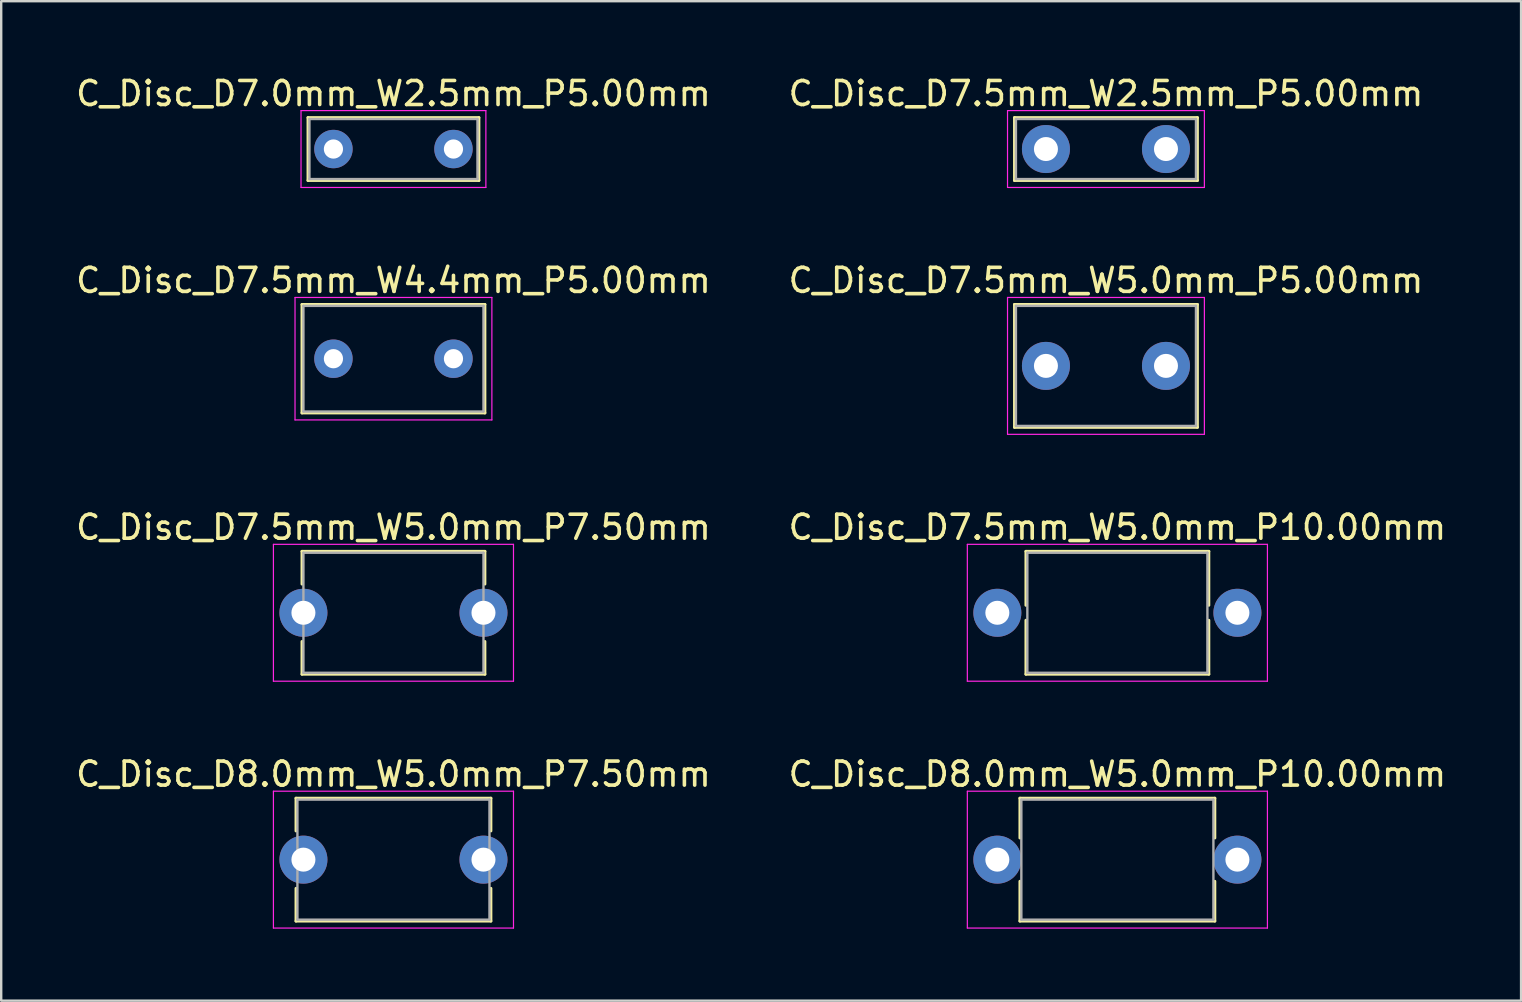
<source format=kicad_pcb>
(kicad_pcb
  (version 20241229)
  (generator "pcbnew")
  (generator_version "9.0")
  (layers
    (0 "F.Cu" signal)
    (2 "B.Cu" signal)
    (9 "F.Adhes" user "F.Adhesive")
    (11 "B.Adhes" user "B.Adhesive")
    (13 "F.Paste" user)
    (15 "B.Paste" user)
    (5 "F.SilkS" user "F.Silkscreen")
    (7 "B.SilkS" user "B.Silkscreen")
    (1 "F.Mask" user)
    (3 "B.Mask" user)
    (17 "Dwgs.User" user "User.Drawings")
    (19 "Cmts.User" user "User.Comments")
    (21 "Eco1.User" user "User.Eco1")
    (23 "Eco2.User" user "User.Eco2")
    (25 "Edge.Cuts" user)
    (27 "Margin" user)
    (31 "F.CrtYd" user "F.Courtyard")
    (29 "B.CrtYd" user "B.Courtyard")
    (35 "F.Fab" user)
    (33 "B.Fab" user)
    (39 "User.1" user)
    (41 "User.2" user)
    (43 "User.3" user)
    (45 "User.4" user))
  (footprint "C_Disc_D7.5mm_W2.5mm_P5.00mm"
    (layer "F.Cu")
    (at 40.518 3.158)
    (property "Reference" "C_Disc_D7.5mm_W2.5mm_P5.00mm" (at 2.5 -2.31 0) (layer "F.SilkS") (effects (font (size 1 1) (thickness 0.15))))
    (attr through_hole)
    (fp_line (start -1.31 -1.31) (end -1.31 1.31) (stroke (width 0.12) (type solid)) (layer "F.SilkS"))
    (fp_line (start -1.31 -1.31) (end 6.31 -1.31) (stroke (width 0.12) (type solid)) (layer "F.SilkS"))
    (fp_line (start -1.31 1.31) (end 6.31 1.31) (stroke (width 0.12) (type solid)) (layer "F.SilkS"))
    (fp_line (start 6.31 -1.31) (end 6.31 1.31) (stroke (width 0.12) (type solid)) (layer "F.SilkS"))
    (fp_line (start -1.6 -1.6) (end -1.6 1.6) (stroke (width 0.05) (type solid)) (layer "F.CrtYd"))
    (fp_line (start -1.6 1.6) (end 6.6 1.6) (stroke (width 0.05) (type solid)) (layer "F.CrtYd"))
    (fp_line (start 6.6 -1.6) (end -1.6 -1.6) (stroke (width 0.05) (type solid)) (layer "F.CrtYd"))
    (fp_line (start 6.6 1.6) (end 6.6 -1.6) (stroke (width 0.05) (type solid)) (layer "F.CrtYd"))
    (fp_line (start -1.25 -1.25) (end -1.25 1.25) (stroke (width 0.1) (type solid)) (layer "F.Fab"))
    (fp_line (start -1.25 1.25) (end 6.25 1.25) (stroke (width 0.1) (type solid)) (layer "F.Fab"))
    (fp_line (start 6.25 -1.25) (end -1.25 -1.25) (stroke (width 0.1) (type solid)) (layer "F.Fab"))
    (fp_line (start 6.25 1.25) (end 6.25 -1.25) (stroke (width 0.1) (type solid)) (layer "F.Fab"))
    (pad "1" thru_hole circle (at 0 0) (size 2 2) (drill 1) (layers "*.Cu" "*.Mask"))
    (pad "2" thru_hole circle (at 5 0) (size 2 2) (drill 1) (layers "*.Cu" "*.Mask")))
  (footprint "C_Disc_D7.5mm_W5.0mm_P7.50mm"
    (layer "F.Cu")
    (at 9.589 22.475)
    (property "Reference" "C_Disc_D7.5mm_W5.0mm_P7.50mm" (at 3.75 -3.56 0) (layer "F.SilkS") (effects (font (size 1 1) (thickness 0.15))))
    (attr through_hole)
    (fp_line (start -0.06 -2.56) (end -0.06 -1.195) (stroke (width 0.12) (type solid)) (layer "F.SilkS"))
    (fp_line (start -0.06 -2.56) (end 7.56 -2.56) (stroke (width 0.12) (type solid)) (layer "F.SilkS"))
    (fp_line (start -0.06 1.195) (end -0.06 2.56) (stroke (width 0.12) (type solid)) (layer "F.SilkS"))
    (fp_line (start -0.06 2.56) (end 7.56 2.56) (stroke (width 0.12) (type solid)) (layer "F.SilkS"))
    (fp_line (start 7.56 -2.56) (end 7.56 -1.195) (stroke (width 0.12) (type solid)) (layer "F.SilkS"))
    (fp_line (start 7.56 1.195) (end 7.56 2.56) (stroke (width 0.12) (type solid)) (layer "F.SilkS"))
    (fp_line (start -1.25 -2.85) (end -1.25 2.85) (stroke (width 0.05) (type solid)) (layer "F.CrtYd"))
    (fp_line (start -1.25 2.85) (end 8.75 2.85) (stroke (width 0.05) (type solid)) (layer "F.CrtYd"))
    (fp_line (start 8.75 -2.85) (end -1.25 -2.85) (stroke (width 0.05) (type solid)) (layer "F.CrtYd"))
    (fp_line (start 8.75 2.85) (end 8.75 -2.85) (stroke (width 0.05) (type solid)) (layer "F.CrtYd"))
    (fp_line (start 0 -2.5) (end 0 2.5) (stroke (width 0.1) (type solid)) (layer "F.Fab"))
    (fp_line (start 0 2.5) (end 7.5 2.5) (stroke (width 0.1) (type solid)) (layer "F.Fab"))
    (fp_line (start 7.5 -2.5) (end 0 -2.5) (stroke (width 0.1) (type solid)) (layer "F.Fab"))
    (fp_line (start 7.5 2.5) (end 7.5 -2.5) (stroke (width 0.1) (type solid)) (layer "F.Fab"))
    (pad "1" thru_hole circle (at 0 0) (size 2 2) (drill 1) (layers "*.Cu" "*.Mask"))
    (pad "2" thru_hole circle (at 7.5 0) (size 2 2) (drill 1) (layers "*.Cu" "*.Mask")))
  (footprint "C_Disc_D7.5mm_W5.0mm_P10.00mm"
    (layer "F.Cu")
    (at 38.494 22.475)
    (property "Reference" "C_Disc_D7.5mm_W5.0mm_P10.00mm" (at 5 -3.56 0) (layer "F.SilkS") (effects (font (size 1 1) (thickness 0.15))))
    (attr through_hole)
    (fp_line (start 1.19 -2.56) (end 1.19 -0.311) (stroke (width 0.12) (type solid)) (layer "F.SilkS"))
    (fp_line (start 1.19 -2.56) (end 8.81 -2.56) (stroke (width 0.12) (type solid)) (layer "F.SilkS"))
    (fp_line (start 1.19 0.311) (end 1.19 2.56) (stroke (width 0.12) (type solid)) (layer "F.SilkS"))
    (fp_line (start 1.19 2.56) (end 8.81 2.56) (stroke (width 0.12) (type solid)) (layer "F.SilkS"))
    (fp_line (start 8.81 -2.56) (end 8.81 -0.311) (stroke (width 0.12) (type solid)) (layer "F.SilkS"))
    (fp_line (start 8.81 0.311) (end 8.81 2.56) (stroke (width 0.12) (type solid)) (layer "F.SilkS"))
    (fp_line (start -1.25 -2.85) (end -1.25 2.85) (stroke (width 0.05) (type solid)) (layer "F.CrtYd"))
    (fp_line (start -1.25 2.85) (end 11.25 2.85) (stroke (width 0.05) (type solid)) (layer "F.CrtYd"))
    (fp_line (start 11.25 -2.85) (end -1.25 -2.85) (stroke (width 0.05) (type solid)) (layer "F.CrtYd"))
    (fp_line (start 11.25 2.85) (end 11.25 -2.85) (stroke (width 0.05) (type solid)) (layer "F.CrtYd"))
    (fp_line (start 1.25 -2.5) (end 1.25 2.5) (stroke (width 0.1) (type solid)) (layer "F.Fab"))
    (fp_line (start 1.25 2.5) (end 8.75 2.5) (stroke (width 0.1) (type solid)) (layer "F.Fab"))
    (fp_line (start 8.75 -2.5) (end 1.25 -2.5) (stroke (width 0.1) (type solid)) (layer "F.Fab"))
    (fp_line (start 8.75 2.5) (end 8.75 -2.5) (stroke (width 0.1) (type solid)) (layer "F.Fab"))
    (pad "1" thru_hole circle (at 0 0) (size 2 2) (drill 1) (layers "*.Cu" "*.Mask"))
    (pad "2" thru_hole circle (at 10 0) (size 2 2) (drill 1) (layers "*.Cu" "*.Mask")))
  (footprint "C_Disc_D7.5mm_W4.4mm_P5.00mm"
    (layer "F.Cu")
    (at 10.839 11.892)
    (property "Reference" "C_Disc_D7.5mm_W4.4mm_P5.00mm" (at 2.5 -3.26 0) (layer "F.SilkS") (effects (font (size 1 1) (thickness 0.15))))
    (attr through_hole)
    (fp_line (start -1.31 -2.26) (end -1.31 2.26) (stroke (width 0.12) (type solid)) (layer "F.SilkS"))
    (fp_line (start -1.31 -2.26) (end 6.31 -2.26) (stroke (width 0.12) (type solid)) (layer "F.SilkS"))
    (fp_line (start -1.31 2.26) (end 6.31 2.26) (stroke (width 0.12) (type solid)) (layer "F.SilkS"))
    (fp_line (start 6.31 -2.26) (end 6.31 2.26) (stroke (width 0.12) (type solid)) (layer "F.SilkS"))
    (fp_line (start -1.6 -2.55) (end -1.6 2.55) (stroke (width 0.05) (type solid)) (layer "F.CrtYd"))
    (fp_line (start -1.6 2.55) (end 6.6 2.55) (stroke (width 0.05) (type solid)) (layer "F.CrtYd"))
    (fp_line (start 6.6 -2.55) (end -1.6 -2.55) (stroke (width 0.05) (type solid)) (layer "F.CrtYd"))
    (fp_line (start 6.6 2.55) (end 6.6 -2.55) (stroke (width 0.05) (type solid)) (layer "F.CrtYd"))
    (fp_line (start -1.25 -2.2) (end -1.25 2.2) (stroke (width 0.1) (type solid)) (layer "F.Fab"))
    (fp_line (start -1.25 2.2) (end 6.25 2.2) (stroke (width 0.1) (type solid)) (layer "F.Fab"))
    (fp_line (start 6.25 -2.2) (end -1.25 -2.2) (stroke (width 0.1) (type solid)) (layer "F.Fab"))
    (fp_line (start 6.25 2.2) (end 6.25 -2.2) (stroke (width 0.1) (type solid)) (layer "F.Fab"))
    (pad "1" thru_hole circle (at 0 0) (size 1.6 1.6) (drill 0.8) (layers "*.Cu" "*.Mask"))
    (pad "2" thru_hole circle (at 5 0) (size 1.6 1.6) (drill 0.8) (layers "*.Cu" "*.Mask")))
  (footprint "C_Disc_D8.0mm_W5.0mm_P7.50mm"
    (layer "F.Cu")
    (at 9.589 32.758)
    (property "Reference" "C_Disc_D8.0mm_W5.0mm_P7.50mm" (at 3.75 -3.56 0) (layer "F.SilkS") (effects (font (size 1 1) (thickness 0.15))))
    (attr through_hole)
    (fp_line (start -0.31 -2.56) (end -0.31 -1.195) (stroke (width 0.12) (type solid)) (layer "F.SilkS"))
    (fp_line (start -0.31 -2.56) (end 7.81 -2.56) (stroke (width 0.12) (type solid)) (layer "F.SilkS"))
    (fp_line (start -0.31 1.195) (end -0.31 2.56) (stroke (width 0.12) (type solid)) (layer "F.SilkS"))
    (fp_line (start -0.31 2.56) (end 7.81 2.56) (stroke (width 0.12) (type solid)) (layer "F.SilkS"))
    (fp_line (start 7.81 -2.56) (end 7.81 -1.195) (stroke (width 0.12) (type solid)) (layer "F.SilkS"))
    (fp_line (start 7.81 1.195) (end 7.81 2.56) (stroke (width 0.12) (type solid)) (layer "F.SilkS"))
    (fp_line (start -1.25 -2.85) (end -1.25 2.85) (stroke (width 0.05) (type solid)) (layer "F.CrtYd"))
    (fp_line (start -1.25 2.85) (end 8.75 2.85) (stroke (width 0.05) (type solid)) (layer "F.CrtYd"))
    (fp_line (start 8.75 -2.85) (end -1.25 -2.85) (stroke (width 0.05) (type solid)) (layer "F.CrtYd"))
    (fp_line (start 8.75 2.85) (end 8.75 -2.85) (stroke (width 0.05) (type solid)) (layer "F.CrtYd"))
    (fp_line (start -0.25 -2.5) (end -0.25 2.5) (stroke (width 0.1) (type solid)) (layer "F.Fab"))
    (fp_line (start -0.25 2.5) (end 7.75 2.5) (stroke (width 0.1) (type solid)) (layer "F.Fab"))
    (fp_line (start 7.75 -2.5) (end -0.25 -2.5) (stroke (width 0.1) (type solid)) (layer "F.Fab"))
    (fp_line (start 7.75 2.5) (end 7.75 -2.5) (stroke (width 0.1) (type solid)) (layer "F.Fab"))
    (pad "1" thru_hole circle (at 0 0) (size 2 2) (drill 1) (layers "*.Cu" "*.Mask"))
    (pad "2" thru_hole circle (at 7.5 0) (size 2 2) (drill 1) (layers "*.Cu" "*.Mask")))
  (footprint "C_Disc_D8.0mm_W5.0mm_P10.00mm"
    (layer "F.Cu")
    (at 38.494 32.758)
    (property "Reference" "C_Disc_D8.0mm_W5.0mm_P10.00mm" (at 5 -3.56 0) (layer "F.SilkS") (effects (font (size 1 1) (thickness 0.15))))
    (attr through_hole)
    (fp_line (start 0.94 -2.56) (end 0.94 -0.901) (stroke (width 0.12) (type solid)) (layer "F.SilkS"))
    (fp_line (start 0.94 -2.56) (end 9.06 -2.56) (stroke (width 0.12) (type solid)) (layer "F.SilkS"))
    (fp_line (start 0.94 0.901) (end 0.94 2.56) (stroke (width 0.12) (type solid)) (layer "F.SilkS"))
    (fp_line (start 0.94 2.56) (end 9.06 2.56) (stroke (width 0.12) (type solid)) (layer "F.SilkS"))
    (fp_line (start 9.06 -2.56) (end 9.06 -0.901) (stroke (width 0.12) (type solid)) (layer "F.SilkS"))
    (fp_line (start 9.06 0.901) (end 9.06 2.56) (stroke (width 0.12) (type solid)) (layer "F.SilkS"))
    (fp_line (start -1.25 -2.85) (end -1.25 2.85) (stroke (width 0.05) (type solid)) (layer "F.CrtYd"))
    (fp_line (start -1.25 2.85) (end 11.25 2.85) (stroke (width 0.05) (type solid)) (layer "F.CrtYd"))
    (fp_line (start 11.25 -2.85) (end -1.25 -2.85) (stroke (width 0.05) (type solid)) (layer "F.CrtYd"))
    (fp_line (start 11.25 2.85) (end 11.25 -2.85) (stroke (width 0.05) (type solid)) (layer "F.CrtYd"))
    (fp_line (start 1 -2.5) (end 1 2.5) (stroke (width 0.1) (type solid)) (layer "F.Fab"))
    (fp_line (start 1 2.5) (end 9 2.5) (stroke (width 0.1) (type solid)) (layer "F.Fab"))
    (fp_line (start 9 -2.5) (end 1 -2.5) (stroke (width 0.1) (type solid)) (layer "F.Fab"))
    (fp_line (start 9 2.5) (end 9 -2.5) (stroke (width 0.1) (type solid)) (layer "F.Fab"))
    (pad "1" thru_hole circle (at 0 0) (size 2 2) (drill 1) (layers "*.Cu" "*.Mask"))
    (pad "2" thru_hole circle (at 10 0) (size 2 2) (drill 1) (layers "*.Cu" "*.Mask")))
  (footprint "C_Disc_D7.5mm_W5.0mm_P5.00mm"
    (layer "F.Cu")
    (at 40.518 12.191)
    (property "Reference" "C_Disc_D7.5mm_W5.0mm_P5.00mm" (at 2.5 -3.56 0) (layer "F.SilkS") (effects (font (size 1 1) (thickness 0.15))))
    (attr through_hole)
    (fp_line (start -1.31 -2.56) (end -1.31 2.56) (stroke (width 0.12) (type solid)) (layer "F.SilkS"))
    (fp_line (start -1.31 -2.56) (end 6.31 -2.56) (stroke (width 0.12) (type solid)) (layer "F.SilkS"))
    (fp_line (start -1.31 2.56) (end 6.31 2.56) (stroke (width 0.12) (type solid)) (layer "F.SilkS"))
    (fp_line (start 6.31 -2.56) (end 6.31 2.56) (stroke (width 0.12) (type solid)) (layer "F.SilkS"))
    (fp_line (start -1.6 -2.85) (end -1.6 2.85) (stroke (width 0.05) (type solid)) (layer "F.CrtYd"))
    (fp_line (start -1.6 2.85) (end 6.6 2.85) (stroke (width 0.05) (type solid)) (layer "F.CrtYd"))
    (fp_line (start 6.6 -2.85) (end -1.6 -2.85) (stroke (width 0.05) (type solid)) (layer "F.CrtYd"))
    (fp_line (start 6.6 2.85) (end 6.6 -2.85) (stroke (width 0.05) (type solid)) (layer "F.CrtYd"))
    (fp_line (start -1.25 -2.5) (end -1.25 2.5) (stroke (width 0.1) (type solid)) (layer "F.Fab"))
    (fp_line (start -1.25 2.5) (end 6.25 2.5) (stroke (width 0.1) (type solid)) (layer "F.Fab"))
    (fp_line (start 6.25 -2.5) (end -1.25 -2.5) (stroke (width 0.1) (type solid)) (layer "F.Fab"))
    (fp_line (start 6.25 2.5) (end 6.25 -2.5) (stroke (width 0.1) (type solid)) (layer "F.Fab"))
    (pad "1" thru_hole circle (at 0 0) (size 2 2) (drill 1) (layers "*.Cu" "*.Mask"))
    (pad "2" thru_hole circle (at 5 0) (size 2 2) (drill 1) (layers "*.Cu" "*.Mask")))
  (footprint "C_Disc_D7.0mm_W2.5mm_P5.00mm"
    (layer "F.Cu")
    (at 10.839 3.158)
    (property "Reference" "C_Disc_D7.0mm_W2.5mm_P5.00mm" (at 2.5 -2.31 0) (layer "F.SilkS") (effects (font (size 1 1) (thickness 0.15))))
    (attr through_hole)
    (fp_line (start -1.06 -1.31) (end -1.06 1.31) (stroke (width 0.12) (type solid)) (layer "F.SilkS"))
    (fp_line (start -1.06 -1.31) (end 6.06 -1.31) (stroke (width 0.12) (type solid)) (layer "F.SilkS"))
    (fp_line (start -1.06 1.31) (end 6.06 1.31) (stroke (width 0.12) (type solid)) (layer "F.SilkS"))
    (fp_line (start 6.06 -1.31) (end 6.06 1.31) (stroke (width 0.12) (type solid)) (layer "F.SilkS"))
    (fp_line (start -1.35 -1.6) (end -1.35 1.6) (stroke (width 0.05) (type solid)) (layer "F.CrtYd"))
    (fp_line (start -1.35 1.6) (end 6.35 1.6) (stroke (width 0.05) (type solid)) (layer "F.CrtYd"))
    (fp_line (start 6.35 -1.6) (end -1.35 -1.6) (stroke (width 0.05) (type solid)) (layer "F.CrtYd"))
    (fp_line (start 6.35 1.6) (end 6.35 -1.6) (stroke (width 0.05) (type solid)) (layer "F.CrtYd"))
    (fp_line (start -1 -1.25) (end -1 1.25) (stroke (width 0.1) (type solid)) (layer "F.Fab"))
    (fp_line (start -1 1.25) (end 6 1.25) (stroke (width 0.1) (type solid)) (layer "F.Fab"))
    (fp_line (start 6 -1.25) (end -1 -1.25) (stroke (width 0.1) (type solid)) (layer "F.Fab"))
    (fp_line (start 6 1.25) (end 6 -1.25) (stroke (width 0.1) (type solid)) (layer "F.Fab"))
    (pad "1" thru_hole circle (at 0 0) (size 1.6 1.6) (drill 0.8) (layers "*.Cu" "*.Mask"))
    (pad "2" thru_hole circle (at 5 0) (size 1.6 1.6) (drill 0.8) (layers "*.Cu" "*.Mask")))
  (gr_rect
    (start -3 -3)
    (end 60.31 38.633)
    (stroke (width 0.1) (type default))
    (fill no)
    (layer "Edge.Cuts")))
</source>
